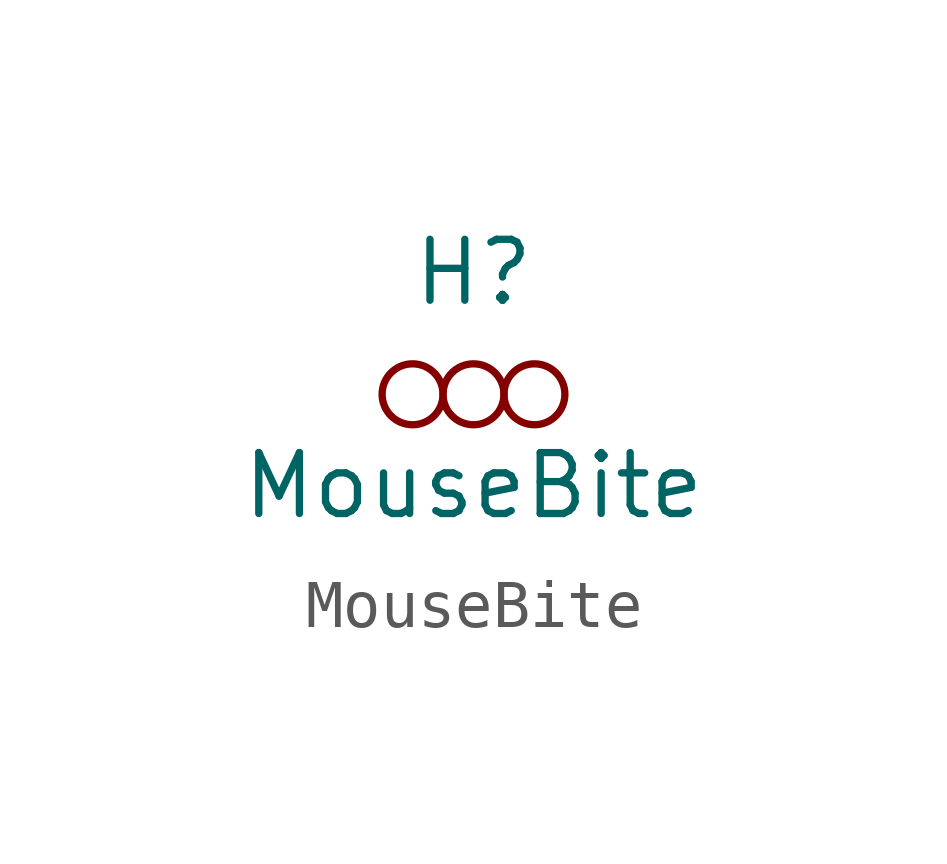
<source format=kicad_sym>
(kicad_symbol_lib
  (version 20211014)
  (generator kicad_symbol_editor)
  (symbol "MouseBite"
    (pin_names
      (offset 1.016))
    (property "Reference" "H"
      (at 0 2.54 0)
      (effects (font (size 1.27 1.27))))
    (property "Value" "MouseBite"
      (at 0 -1.905 0)
      (effects (font (size 1.27 1.27))))
    (symbol "MouseBite_0_1"
      (circle (center -1.27 0) (radius 0.635) (stroke (width 0) (type default) (color 0 0 0 0)) (fill (type none)))
      (circle (center 0 0) (radius 0.635) (stroke (width 0) (type default) (color 0 0 0 0)) (fill (type none)))
      (circle (center 1.27 0) (radius 0.635) (stroke (width 0) (type default) (color 0 0 0 0)) (fill (type none))))))
</source>
